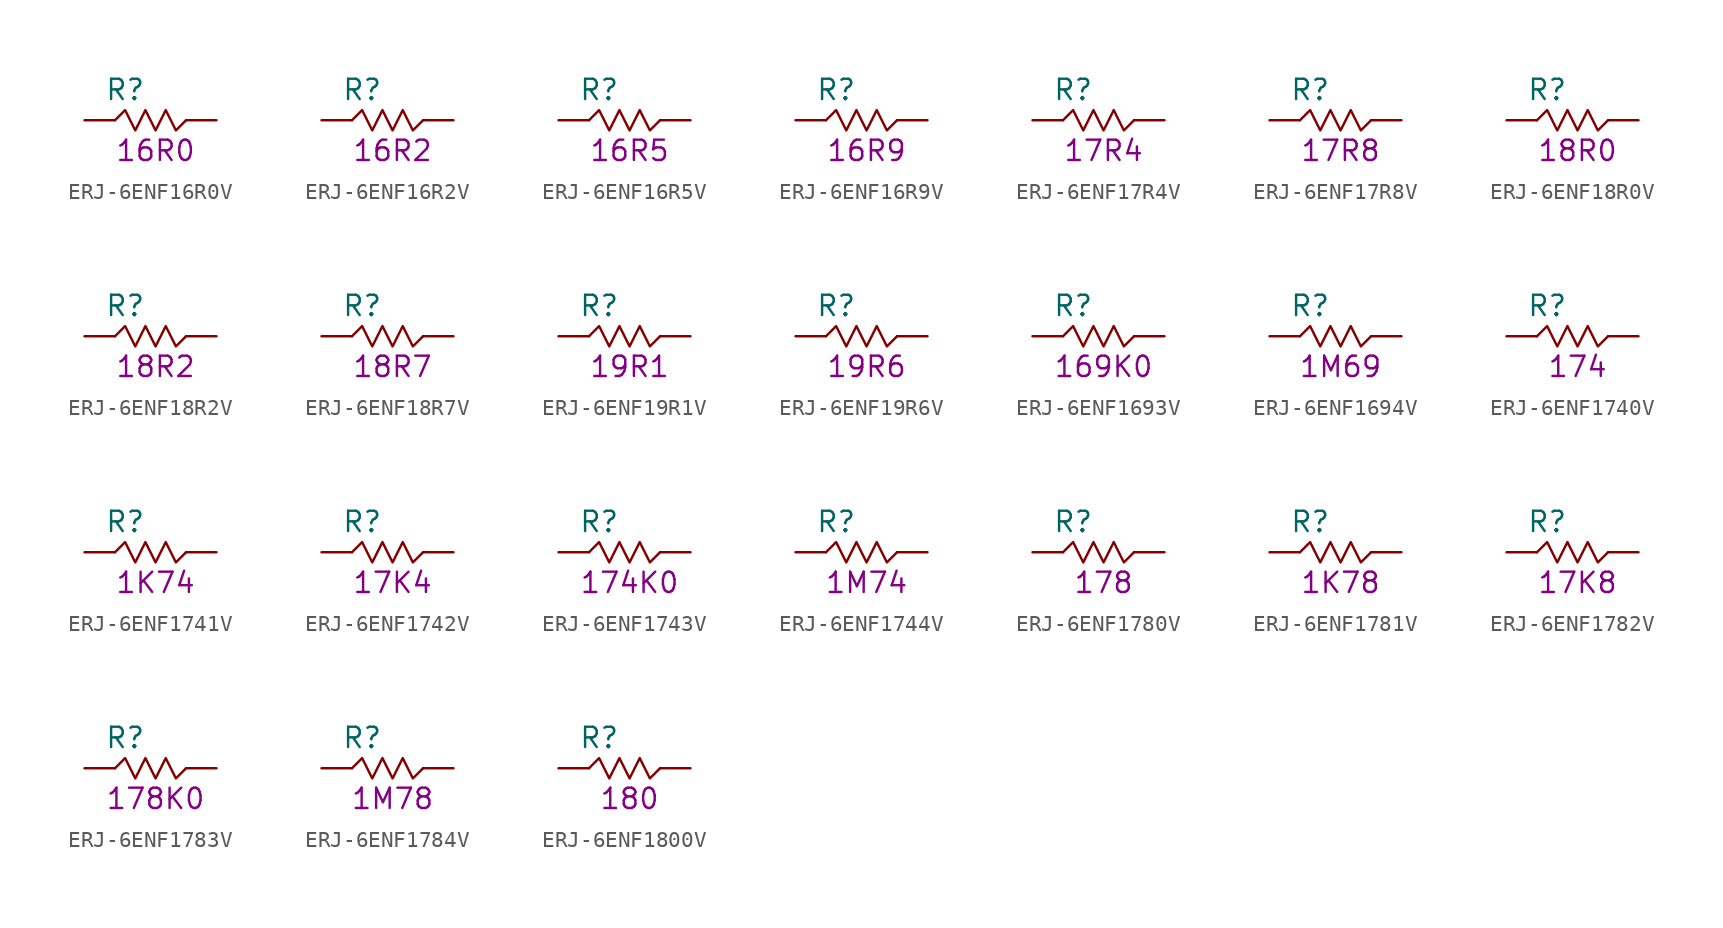
<source format=kicad_sym>
(kicad_symbol_lib
  (version 20211014)
  (generator KiCadLib_py)
  (symbol "ERJ-6ENF16R0V"
    (pin_numbers hide)
    (pin_names hide)
    (property "Reference" "R"
      (at -1.905 1.905 0)
      (effects (font (size 1.27 1.27))))
    (property "Val" "16R0"
      (at 0 -1.905 0)
      (effects (font (size 1.27 1.27))))
    (symbol "ERJ-6ENF16R0V_0_1"
      (polyline (pts (xy -2.54 0) (xy -1.905 0.635) (xy -1.27 -0.635) (xy -0.635 0.635) (xy 0 -0.635) (xy 0.635 0.635) (xy 1.27 -0.635) (xy 1.905 0)) (stroke (width 0) (type default) (color 0 0 0 0)) (fill (type none))))
    (symbol "ERJ-6ENF16R0V_1_1"
      (pin passive line (at -4.445 0 0) (length 1.905) (name "~" (effects (font (size 1.27 1.27)))) (number "1" (effects (font (size 1.27 1.27)))))
      (pin passive line (at 3.81 0 180) (length 1.905) (name "~" (effects (font (size 1.27 1.27)))) (number "2" (effects (font (size 1.27 1.27)))))))
  (symbol "ERJ-6ENF16R2V"
    (pin_numbers hide)
    (pin_names hide)
    (property "Reference" "R"
      (at -1.905 1.905 0)
      (effects (font (size 1.27 1.27))))
    (property "Val" "16R2"
      (at 0 -1.905 0)
      (effects (font (size 1.27 1.27))))
    (symbol "ERJ-6ENF16R2V_0_1"
      (polyline (pts (xy -2.54 0) (xy -1.905 0.635) (xy -1.27 -0.635) (xy -0.635 0.635) (xy 0 -0.635) (xy 0.635 0.635) (xy 1.27 -0.635) (xy 1.905 0)) (stroke (width 0) (type default) (color 0 0 0 0)) (fill (type none))))
    (symbol "ERJ-6ENF16R2V_1_1"
      (pin passive line (at -4.445 0 0) (length 1.905) (name "~" (effects (font (size 1.27 1.27)))) (number "1" (effects (font (size 1.27 1.27)))))
      (pin passive line (at 3.81 0 180) (length 1.905) (name "~" (effects (font (size 1.27 1.27)))) (number "2" (effects (font (size 1.27 1.27)))))))
  (symbol "ERJ-6ENF16R5V"
    (pin_numbers hide)
    (pin_names hide)
    (property "Reference" "R"
      (at -1.905 1.905 0)
      (effects (font (size 1.27 1.27))))
    (property "Val" "16R5"
      (at 0 -1.905 0)
      (effects (font (size 1.27 1.27))))
    (symbol "ERJ-6ENF16R5V_0_1"
      (polyline (pts (xy -2.54 0) (xy -1.905 0.635) (xy -1.27 -0.635) (xy -0.635 0.635) (xy 0 -0.635) (xy 0.635 0.635) (xy 1.27 -0.635) (xy 1.905 0)) (stroke (width 0) (type default) (color 0 0 0 0)) (fill (type none))))
    (symbol "ERJ-6ENF16R5V_1_1"
      (pin passive line (at -4.445 0 0) (length 1.905) (name "~" (effects (font (size 1.27 1.27)))) (number "1" (effects (font (size 1.27 1.27)))))
      (pin passive line (at 3.81 0 180) (length 1.905) (name "~" (effects (font (size 1.27 1.27)))) (number "2" (effects (font (size 1.27 1.27)))))))
  (symbol "ERJ-6ENF16R9V"
    (pin_numbers hide)
    (pin_names hide)
    (property "Reference" "R"
      (at -1.905 1.905 0)
      (effects (font (size 1.27 1.27))))
    (property "Val" "16R9"
      (at 0 -1.905 0)
      (effects (font (size 1.27 1.27))))
    (symbol "ERJ-6ENF16R9V_0_1"
      (polyline (pts (xy -2.54 0) (xy -1.905 0.635) (xy -1.27 -0.635) (xy -0.635 0.635) (xy 0 -0.635) (xy 0.635 0.635) (xy 1.27 -0.635) (xy 1.905 0)) (stroke (width 0) (type default) (color 0 0 0 0)) (fill (type none))))
    (symbol "ERJ-6ENF16R9V_1_1"
      (pin passive line (at -4.445 0 0) (length 1.905) (name "~" (effects (font (size 1.27 1.27)))) (number "1" (effects (font (size 1.27 1.27)))))
      (pin passive line (at 3.81 0 180) (length 1.905) (name "~" (effects (font (size 1.27 1.27)))) (number "2" (effects (font (size 1.27 1.27)))))))
  (symbol "ERJ-6ENF17R4V"
    (pin_numbers hide)
    (pin_names hide)
    (property "Reference" "R"
      (at -1.905 1.905 0)
      (effects (font (size 1.27 1.27))))
    (property "Val" "17R4"
      (at 0 -1.905 0)
      (effects (font (size 1.27 1.27))))
    (symbol "ERJ-6ENF17R4V_0_1"
      (polyline (pts (xy -2.54 0) (xy -1.905 0.635) (xy -1.27 -0.635) (xy -0.635 0.635) (xy 0 -0.635) (xy 0.635 0.635) (xy 1.27 -0.635) (xy 1.905 0)) (stroke (width 0) (type default) (color 0 0 0 0)) (fill (type none))))
    (symbol "ERJ-6ENF17R4V_1_1"
      (pin passive line (at -4.445 0 0) (length 1.905) (name "~" (effects (font (size 1.27 1.27)))) (number "1" (effects (font (size 1.27 1.27)))))
      (pin passive line (at 3.81 0 180) (length 1.905) (name "~" (effects (font (size 1.27 1.27)))) (number "2" (effects (font (size 1.27 1.27)))))))
  (symbol "ERJ-6ENF17R8V"
    (pin_numbers hide)
    (pin_names hide)
    (property "Reference" "R"
      (at -1.905 1.905 0)
      (effects (font (size 1.27 1.27))))
    (property "Val" "17R8"
      (at 0 -1.905 0)
      (effects (font (size 1.27 1.27))))
    (symbol "ERJ-6ENF17R8V_0_1"
      (polyline (pts (xy -2.54 0) (xy -1.905 0.635) (xy -1.27 -0.635) (xy -0.635 0.635) (xy 0 -0.635) (xy 0.635 0.635) (xy 1.27 -0.635) (xy 1.905 0)) (stroke (width 0) (type default) (color 0 0 0 0)) (fill (type none))))
    (symbol "ERJ-6ENF17R8V_1_1"
      (pin passive line (at -4.445 0 0) (length 1.905) (name "~" (effects (font (size 1.27 1.27)))) (number "1" (effects (font (size 1.27 1.27)))))
      (pin passive line (at 3.81 0 180) (length 1.905) (name "~" (effects (font (size 1.27 1.27)))) (number "2" (effects (font (size 1.27 1.27)))))))
  (symbol "ERJ-6ENF18R0V"
    (pin_numbers hide)
    (pin_names hide)
    (property "Reference" "R"
      (at -1.905 1.905 0)
      (effects (font (size 1.27 1.27))))
    (property "Val" "18R0"
      (at 0 -1.905 0)
      (effects (font (size 1.27 1.27))))
    (symbol "ERJ-6ENF18R0V_0_1"
      (polyline (pts (xy -2.54 0) (xy -1.905 0.635) (xy -1.27 -0.635) (xy -0.635 0.635) (xy 0 -0.635) (xy 0.635 0.635) (xy 1.27 -0.635) (xy 1.905 0)) (stroke (width 0) (type default) (color 0 0 0 0)) (fill (type none))))
    (symbol "ERJ-6ENF18R0V_1_1"
      (pin passive line (at -4.445 0 0) (length 1.905) (name "~" (effects (font (size 1.27 1.27)))) (number "1" (effects (font (size 1.27 1.27)))))
      (pin passive line (at 3.81 0 180) (length 1.905) (name "~" (effects (font (size 1.27 1.27)))) (number "2" (effects (font (size 1.27 1.27)))))))
  (symbol "ERJ-6ENF18R2V"
    (pin_numbers hide)
    (pin_names hide)
    (property "Reference" "R"
      (at -1.905 1.905 0)
      (effects (font (size 1.27 1.27))))
    (property "Val" "18R2"
      (at 0 -1.905 0)
      (effects (font (size 1.27 1.27))))
    (symbol "ERJ-6ENF18R2V_0_1"
      (polyline (pts (xy -2.54 0) (xy -1.905 0.635) (xy -1.27 -0.635) (xy -0.635 0.635) (xy 0 -0.635) (xy 0.635 0.635) (xy 1.27 -0.635) (xy 1.905 0)) (stroke (width 0) (type default) (color 0 0 0 0)) (fill (type none))))
    (symbol "ERJ-6ENF18R2V_1_1"
      (pin passive line (at -4.445 0 0) (length 1.905) (name "~" (effects (font (size 1.27 1.27)))) (number "1" (effects (font (size 1.27 1.27)))))
      (pin passive line (at 3.81 0 180) (length 1.905) (name "~" (effects (font (size 1.27 1.27)))) (number "2" (effects (font (size 1.27 1.27)))))))
  (symbol "ERJ-6ENF18R7V"
    (pin_numbers hide)
    (pin_names hide)
    (property "Reference" "R"
      (at -1.905 1.905 0)
      (effects (font (size 1.27 1.27))))
    (property "Val" "18R7"
      (at 0 -1.905 0)
      (effects (font (size 1.27 1.27))))
    (symbol "ERJ-6ENF18R7V_0_1"
      (polyline (pts (xy -2.54 0) (xy -1.905 0.635) (xy -1.27 -0.635) (xy -0.635 0.635) (xy 0 -0.635) (xy 0.635 0.635) (xy 1.27 -0.635) (xy 1.905 0)) (stroke (width 0) (type default) (color 0 0 0 0)) (fill (type none))))
    (symbol "ERJ-6ENF18R7V_1_1"
      (pin passive line (at -4.445 0 0) (length 1.905) (name "~" (effects (font (size 1.27 1.27)))) (number "1" (effects (font (size 1.27 1.27)))))
      (pin passive line (at 3.81 0 180) (length 1.905) (name "~" (effects (font (size 1.27 1.27)))) (number "2" (effects (font (size 1.27 1.27)))))))
  (symbol "ERJ-6ENF19R1V"
    (pin_numbers hide)
    (pin_names hide)
    (property "Reference" "R"
      (at -1.905 1.905 0)
      (effects (font (size 1.27 1.27))))
    (property "Val" "19R1"
      (at 0 -1.905 0)
      (effects (font (size 1.27 1.27))))
    (symbol "ERJ-6ENF19R1V_0_1"
      (polyline (pts (xy -2.54 0) (xy -1.905 0.635) (xy -1.27 -0.635) (xy -0.635 0.635) (xy 0 -0.635) (xy 0.635 0.635) (xy 1.27 -0.635) (xy 1.905 0)) (stroke (width 0) (type default) (color 0 0 0 0)) (fill (type none))))
    (symbol "ERJ-6ENF19R1V_1_1"
      (pin passive line (at -4.445 0 0) (length 1.905) (name "~" (effects (font (size 1.27 1.27)))) (number "1" (effects (font (size 1.27 1.27)))))
      (pin passive line (at 3.81 0 180) (length 1.905) (name "~" (effects (font (size 1.27 1.27)))) (number "2" (effects (font (size 1.27 1.27)))))))
  (symbol "ERJ-6ENF19R6V"
    (pin_numbers hide)
    (pin_names hide)
    (property "Reference" "R"
      (at -1.905 1.905 0)
      (effects (font (size 1.27 1.27))))
    (property "Val" "19R6"
      (at 0 -1.905 0)
      (effects (font (size 1.27 1.27))))
    (symbol "ERJ-6ENF19R6V_0_1"
      (polyline (pts (xy -2.54 0) (xy -1.905 0.635) (xy -1.27 -0.635) (xy -0.635 0.635) (xy 0 -0.635) (xy 0.635 0.635) (xy 1.27 -0.635) (xy 1.905 0)) (stroke (width 0) (type default) (color 0 0 0 0)) (fill (type none))))
    (symbol "ERJ-6ENF19R6V_1_1"
      (pin passive line (at -4.445 0 0) (length 1.905) (name "~" (effects (font (size 1.27 1.27)))) (number "1" (effects (font (size 1.27 1.27)))))
      (pin passive line (at 3.81 0 180) (length 1.905) (name "~" (effects (font (size 1.27 1.27)))) (number "2" (effects (font (size 1.27 1.27)))))))
  (symbol "ERJ-6ENF1693V"
    (pin_numbers hide)
    (pin_names hide)
    (property "Reference" "R"
      (at -1.905 1.905 0)
      (effects (font (size 1.27 1.27))))
    (property "Val" "169K0"
      (at 0 -1.905 0)
      (effects (font (size 1.27 1.27))))
    (symbol "ERJ-6ENF1693V_0_1"
      (polyline (pts (xy -2.54 0) (xy -1.905 0.635) (xy -1.27 -0.635) (xy -0.635 0.635) (xy 0 -0.635) (xy 0.635 0.635) (xy 1.27 -0.635) (xy 1.905 0)) (stroke (width 0) (type default) (color 0 0 0 0)) (fill (type none))))
    (symbol "ERJ-6ENF1693V_1_1"
      (pin passive line (at -4.445 0 0) (length 1.905) (name "~" (effects (font (size 1.27 1.27)))) (number "1" (effects (font (size 1.27 1.27)))))
      (pin passive line (at 3.81 0 180) (length 1.905) (name "~" (effects (font (size 1.27 1.27)))) (number "2" (effects (font (size 1.27 1.27)))))))
  (symbol "ERJ-6ENF1694V"
    (pin_numbers hide)
    (pin_names hide)
    (property "Reference" "R"
      (at -1.905 1.905 0)
      (effects (font (size 1.27 1.27))))
    (property "Val" "1M69"
      (at 0 -1.905 0)
      (effects (font (size 1.27 1.27))))
    (symbol "ERJ-6ENF1694V_0_1"
      (polyline (pts (xy -2.54 0) (xy -1.905 0.635) (xy -1.27 -0.635) (xy -0.635 0.635) (xy 0 -0.635) (xy 0.635 0.635) (xy 1.27 -0.635) (xy 1.905 0)) (stroke (width 0) (type default) (color 0 0 0 0)) (fill (type none))))
    (symbol "ERJ-6ENF1694V_1_1"
      (pin passive line (at -4.445 0 0) (length 1.905) (name "~" (effects (font (size 1.27 1.27)))) (number "1" (effects (font (size 1.27 1.27)))))
      (pin passive line (at 3.81 0 180) (length 1.905) (name "~" (effects (font (size 1.27 1.27)))) (number "2" (effects (font (size 1.27 1.27)))))))
  (symbol "ERJ-6ENF1740V"
    (pin_numbers hide)
    (pin_names hide)
    (property "Reference" "R"
      (at -1.905 1.905 0)
      (effects (font (size 1.27 1.27))))
    (property "Val" "174"
      (at 0 -1.905 0)
      (effects (font (size 1.27 1.27))))
    (symbol "ERJ-6ENF1740V_0_1"
      (polyline (pts (xy -2.54 0) (xy -1.905 0.635) (xy -1.27 -0.635) (xy -0.635 0.635) (xy 0 -0.635) (xy 0.635 0.635) (xy 1.27 -0.635) (xy 1.905 0)) (stroke (width 0) (type default) (color 0 0 0 0)) (fill (type none))))
    (symbol "ERJ-6ENF1740V_1_1"
      (pin passive line (at -4.445 0 0) (length 1.905) (name "~" (effects (font (size 1.27 1.27)))) (number "1" (effects (font (size 1.27 1.27)))))
      (pin passive line (at 3.81 0 180) (length 1.905) (name "~" (effects (font (size 1.27 1.27)))) (number "2" (effects (font (size 1.27 1.27)))))))
  (symbol "ERJ-6ENF1741V"
    (pin_numbers hide)
    (pin_names hide)
    (property "Reference" "R"
      (at -1.905 1.905 0)
      (effects (font (size 1.27 1.27))))
    (property "Val" "1K74"
      (at 0 -1.905 0)
      (effects (font (size 1.27 1.27))))
    (symbol "ERJ-6ENF1741V_0_1"
      (polyline (pts (xy -2.54 0) (xy -1.905 0.635) (xy -1.27 -0.635) (xy -0.635 0.635) (xy 0 -0.635) (xy 0.635 0.635) (xy 1.27 -0.635) (xy 1.905 0)) (stroke (width 0) (type default) (color 0 0 0 0)) (fill (type none))))
    (symbol "ERJ-6ENF1741V_1_1"
      (pin passive line (at -4.445 0 0) (length 1.905) (name "~" (effects (font (size 1.27 1.27)))) (number "1" (effects (font (size 1.27 1.27)))))
      (pin passive line (at 3.81 0 180) (length 1.905) (name "~" (effects (font (size 1.27 1.27)))) (number "2" (effects (font (size 1.27 1.27)))))))
  (symbol "ERJ-6ENF1742V"
    (pin_numbers hide)
    (pin_names hide)
    (property "Reference" "R"
      (at -1.905 1.905 0)
      (effects (font (size 1.27 1.27))))
    (property "Val" "17K4"
      (at 0 -1.905 0)
      (effects (font (size 1.27 1.27))))
    (symbol "ERJ-6ENF1742V_0_1"
      (polyline (pts (xy -2.54 0) (xy -1.905 0.635) (xy -1.27 -0.635) (xy -0.635 0.635) (xy 0 -0.635) (xy 0.635 0.635) (xy 1.27 -0.635) (xy 1.905 0)) (stroke (width 0) (type default) (color 0 0 0 0)) (fill (type none))))
    (symbol "ERJ-6ENF1742V_1_1"
      (pin passive line (at -4.445 0 0) (length 1.905) (name "~" (effects (font (size 1.27 1.27)))) (number "1" (effects (font (size 1.27 1.27)))))
      (pin passive line (at 3.81 0 180) (length 1.905) (name "~" (effects (font (size 1.27 1.27)))) (number "2" (effects (font (size 1.27 1.27)))))))
  (symbol "ERJ-6ENF1743V"
    (pin_numbers hide)
    (pin_names hide)
    (property "Reference" "R"
      (at -1.905 1.905 0)
      (effects (font (size 1.27 1.27))))
    (property "Val" "174K0"
      (at 0 -1.905 0)
      (effects (font (size 1.27 1.27))))
    (symbol "ERJ-6ENF1743V_0_1"
      (polyline (pts (xy -2.54 0) (xy -1.905 0.635) (xy -1.27 -0.635) (xy -0.635 0.635) (xy 0 -0.635) (xy 0.635 0.635) (xy 1.27 -0.635) (xy 1.905 0)) (stroke (width 0) (type default) (color 0 0 0 0)) (fill (type none))))
    (symbol "ERJ-6ENF1743V_1_1"
      (pin passive line (at -4.445 0 0) (length 1.905) (name "~" (effects (font (size 1.27 1.27)))) (number "1" (effects (font (size 1.27 1.27)))))
      (pin passive line (at 3.81 0 180) (length 1.905) (name "~" (effects (font (size 1.27 1.27)))) (number "2" (effects (font (size 1.27 1.27)))))))
  (symbol "ERJ-6ENF1744V"
    (pin_numbers hide)
    (pin_names hide)
    (property "Reference" "R"
      (at -1.905 1.905 0)
      (effects (font (size 1.27 1.27))))
    (property "Val" "1M74"
      (at 0 -1.905 0)
      (effects (font (size 1.27 1.27))))
    (symbol "ERJ-6ENF1744V_0_1"
      (polyline (pts (xy -2.54 0) (xy -1.905 0.635) (xy -1.27 -0.635) (xy -0.635 0.635) (xy 0 -0.635) (xy 0.635 0.635) (xy 1.27 -0.635) (xy 1.905 0)) (stroke (width 0) (type default) (color 0 0 0 0)) (fill (type none))))
    (symbol "ERJ-6ENF1744V_1_1"
      (pin passive line (at -4.445 0 0) (length 1.905) (name "~" (effects (font (size 1.27 1.27)))) (number "1" (effects (font (size 1.27 1.27)))))
      (pin passive line (at 3.81 0 180) (length 1.905) (name "~" (effects (font (size 1.27 1.27)))) (number "2" (effects (font (size 1.27 1.27)))))))
  (symbol "ERJ-6ENF1780V"
    (pin_numbers hide)
    (pin_names hide)
    (property "Reference" "R"
      (at -1.905 1.905 0)
      (effects (font (size 1.27 1.27))))
    (property "Val" "178"
      (at 0 -1.905 0)
      (effects (font (size 1.27 1.27))))
    (symbol "ERJ-6ENF1780V_0_1"
      (polyline (pts (xy -2.54 0) (xy -1.905 0.635) (xy -1.27 -0.635) (xy -0.635 0.635) (xy 0 -0.635) (xy 0.635 0.635) (xy 1.27 -0.635) (xy 1.905 0)) (stroke (width 0) (type default) (color 0 0 0 0)) (fill (type none))))
    (symbol "ERJ-6ENF1780V_1_1"
      (pin passive line (at -4.445 0 0) (length 1.905) (name "~" (effects (font (size 1.27 1.27)))) (number "1" (effects (font (size 1.27 1.27)))))
      (pin passive line (at 3.81 0 180) (length 1.905) (name "~" (effects (font (size 1.27 1.27)))) (number "2" (effects (font (size 1.27 1.27)))))))
  (symbol "ERJ-6ENF1781V"
    (pin_numbers hide)
    (pin_names hide)
    (property "Reference" "R"
      (at -1.905 1.905 0)
      (effects (font (size 1.27 1.27))))
    (property "Val" "1K78"
      (at 0 -1.905 0)
      (effects (font (size 1.27 1.27))))
    (symbol "ERJ-6ENF1781V_0_1"
      (polyline (pts (xy -2.54 0) (xy -1.905 0.635) (xy -1.27 -0.635) (xy -0.635 0.635) (xy 0 -0.635) (xy 0.635 0.635) (xy 1.27 -0.635) (xy 1.905 0)) (stroke (width 0) (type default) (color 0 0 0 0)) (fill (type none))))
    (symbol "ERJ-6ENF1781V_1_1"
      (pin passive line (at -4.445 0 0) (length 1.905) (name "~" (effects (font (size 1.27 1.27)))) (number "1" (effects (font (size 1.27 1.27)))))
      (pin passive line (at 3.81 0 180) (length 1.905) (name "~" (effects (font (size 1.27 1.27)))) (number "2" (effects (font (size 1.27 1.27)))))))
  (symbol "ERJ-6ENF1782V"
    (pin_numbers hide)
    (pin_names hide)
    (property "Reference" "R"
      (at -1.905 1.905 0)
      (effects (font (size 1.27 1.27))))
    (property "Val" "17K8"
      (at 0 -1.905 0)
      (effects (font (size 1.27 1.27))))
    (symbol "ERJ-6ENF1782V_0_1"
      (polyline (pts (xy -2.54 0) (xy -1.905 0.635) (xy -1.27 -0.635) (xy -0.635 0.635) (xy 0 -0.635) (xy 0.635 0.635) (xy 1.27 -0.635) (xy 1.905 0)) (stroke (width 0) (type default) (color 0 0 0 0)) (fill (type none))))
    (symbol "ERJ-6ENF1782V_1_1"
      (pin passive line (at -4.445 0 0) (length 1.905) (name "~" (effects (font (size 1.27 1.27)))) (number "1" (effects (font (size 1.27 1.27)))))
      (pin passive line (at 3.81 0 180) (length 1.905) (name "~" (effects (font (size 1.27 1.27)))) (number "2" (effects (font (size 1.27 1.27)))))))
  (symbol "ERJ-6ENF1783V"
    (pin_numbers hide)
    (pin_names hide)
    (property "Reference" "R"
      (at -1.905 1.905 0)
      (effects (font (size 1.27 1.27))))
    (property "Val" "178K0"
      (at 0 -1.905 0)
      (effects (font (size 1.27 1.27))))
    (symbol "ERJ-6ENF1783V_0_1"
      (polyline (pts (xy -2.54 0) (xy -1.905 0.635) (xy -1.27 -0.635) (xy -0.635 0.635) (xy 0 -0.635) (xy 0.635 0.635) (xy 1.27 -0.635) (xy 1.905 0)) (stroke (width 0) (type default) (color 0 0 0 0)) (fill (type none))))
    (symbol "ERJ-6ENF1783V_1_1"
      (pin passive line (at -4.445 0 0) (length 1.905) (name "~" (effects (font (size 1.27 1.27)))) (number "1" (effects (font (size 1.27 1.27)))))
      (pin passive line (at 3.81 0 180) (length 1.905) (name "~" (effects (font (size 1.27 1.27)))) (number "2" (effects (font (size 1.27 1.27)))))))
  (symbol "ERJ-6ENF1784V"
    (pin_numbers hide)
    (pin_names hide)
    (property "Reference" "R"
      (at -1.905 1.905 0)
      (effects (font (size 1.27 1.27))))
    (property "Val" "1M78"
      (at 0 -1.905 0)
      (effects (font (size 1.27 1.27))))
    (symbol "ERJ-6ENF1784V_0_1"
      (polyline (pts (xy -2.54 0) (xy -1.905 0.635) (xy -1.27 -0.635) (xy -0.635 0.635) (xy 0 -0.635) (xy 0.635 0.635) (xy 1.27 -0.635) (xy 1.905 0)) (stroke (width 0) (type default) (color 0 0 0 0)) (fill (type none))))
    (symbol "ERJ-6ENF1784V_1_1"
      (pin passive line (at -4.445 0 0) (length 1.905) (name "~" (effects (font (size 1.27 1.27)))) (number "1" (effects (font (size 1.27 1.27)))))
      (pin passive line (at 3.81 0 180) (length 1.905) (name "~" (effects (font (size 1.27 1.27)))) (number "2" (effects (font (size 1.27 1.27)))))))
  (symbol "ERJ-6ENF1800V"
    (pin_numbers hide)
    (pin_names hide)
    (property "Reference" "R"
      (at -1.905 1.905 0)
      (effects (font (size 1.27 1.27))))
    (property "Val" "180"
      (at 0 -1.905 0)
      (effects (font (size 1.27 1.27))))
    (symbol "ERJ-6ENF1800V_0_1"
      (polyline (pts (xy -2.54 0) (xy -1.905 0.635) (xy -1.27 -0.635) (xy -0.635 0.635) (xy 0 -0.635) (xy 0.635 0.635) (xy 1.27 -0.635) (xy 1.905 0)) (stroke (width 0) (type default) (color 0 0 0 0)) (fill (type none))))
    (symbol "ERJ-6ENF1800V_1_1"
      (pin passive line (at -4.445 0 0) (length 1.905) (name "~" (effects (font (size 1.27 1.27)))) (number "1" (effects (font (size 1.27 1.27)))))
      (pin passive line (at 3.81 0 180) (length 1.905) (name "~" (effects (font (size 1.27 1.27)))) (number "2" (effects (font (size 1.27 1.27))))))))
</source>
